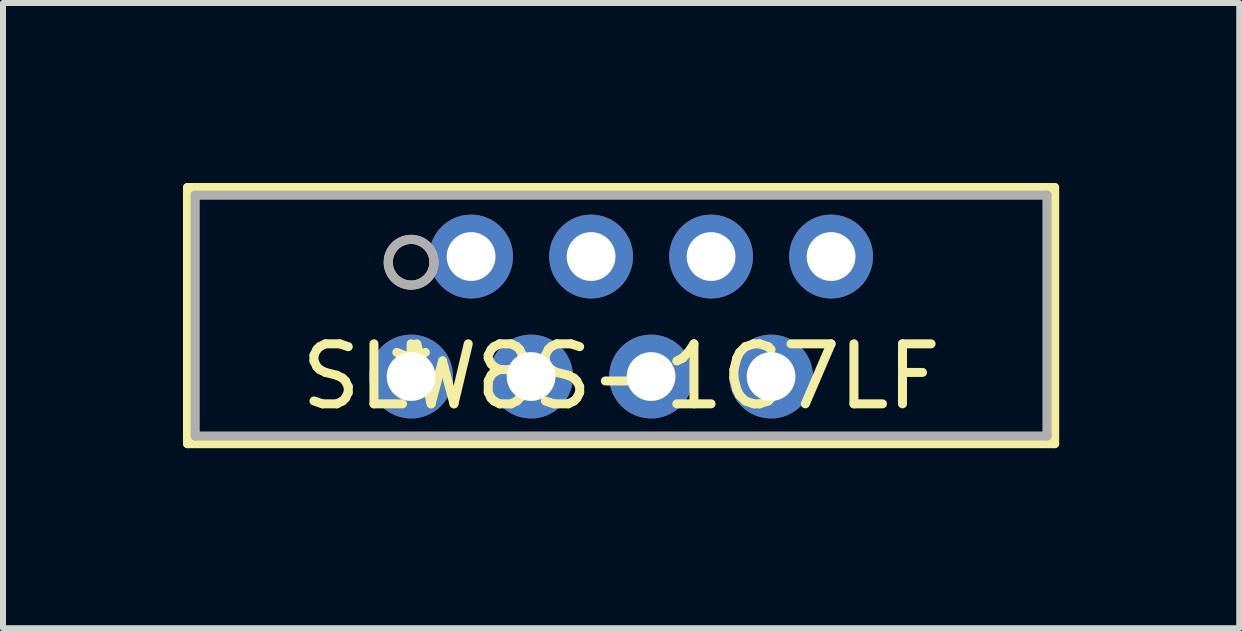
<source format=kicad_pcb>
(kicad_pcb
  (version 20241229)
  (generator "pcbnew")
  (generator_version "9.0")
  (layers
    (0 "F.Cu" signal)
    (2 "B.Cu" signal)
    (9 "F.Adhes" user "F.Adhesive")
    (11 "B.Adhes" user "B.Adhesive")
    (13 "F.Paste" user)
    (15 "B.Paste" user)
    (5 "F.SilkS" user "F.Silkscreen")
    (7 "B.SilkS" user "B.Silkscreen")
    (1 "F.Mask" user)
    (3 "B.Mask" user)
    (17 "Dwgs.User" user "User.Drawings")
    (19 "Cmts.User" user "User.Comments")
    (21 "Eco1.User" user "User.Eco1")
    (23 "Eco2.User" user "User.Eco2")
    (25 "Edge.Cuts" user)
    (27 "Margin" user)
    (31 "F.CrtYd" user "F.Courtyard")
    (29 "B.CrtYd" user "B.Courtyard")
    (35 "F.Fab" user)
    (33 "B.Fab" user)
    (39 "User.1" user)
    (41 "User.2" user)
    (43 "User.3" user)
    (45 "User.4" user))
  (footprint "SLW8S-1C7LF"
    (layer "F.Cu")
    (at 3.802 3.226)
    (property "Reference" "SLW8S-1C7LF" (at 3.5 0 0) (layer "F.SilkS") (effects (font (size 1 1) (thickness 0.15))))
    (attr through_hole)
    (fp_line (start -3.726 -3.15) (end -3.726 1.118) (stroke (width 0.152) (type solid)) (layer "F.SilkS"))
    (fp_line (start -3.726 1.118) (end 10.726 1.118) (stroke (width 0.152) (type solid)) (layer "F.SilkS"))
    (fp_line (start 10.726 -3.15) (end -3.726 -3.15) (stroke (width 0.152) (type solid)) (layer "F.SilkS"))
    (fp_line (start 10.726 1.118) (end 10.726 -3.15) (stroke (width 0.152) (type solid)) (layer "F.SilkS"))
    (fp_circle (center 0 -1.905) (end 0.381 -1.905) (stroke (width 0.152) (type solid)) (fill no) (layer "B.SilkS"))
    (fp_line (start -3.599 -3.023) (end -3.599 0.991) (stroke (width 0.152) (type solid)) (layer "F.Fab"))
    (fp_line (start -3.599 0.991) (end 10.599 0.991) (stroke (width 0.152) (type solid)) (layer "F.Fab"))
    (fp_line (start 10.599 -3.023) (end -3.599 -3.023) (stroke (width 0.152) (type solid)) (layer "F.Fab"))
    (fp_line (start 10.599 0.991) (end 10.599 -3.023) (stroke (width 0.152) (type solid)) (layer "F.Fab"))
    (fp_circle (center 0 -1.905) (end 0.381 -1.905) (stroke (width 0.152) (type solid)) (fill no) (layer "F.Fab"))
    (fp_text user "*" (at 0 0 0) (layer "F.SilkS") (effects (font (size 1 1) (thickness 0.15))))
    (pad "1" thru_hole circle (at 0 0) (size 1.397 1.397) (drill 0.813) (layers "*.Cu" "*.Mask"))
    (pad "2" thru_hole circle (at 1 -2) (size 1.397 1.397) (drill 0.813) (layers "*.Cu" "*.Mask"))
    (pad "3" thru_hole circle (at 2 0) (size 1.397 1.397) (drill 0.813) (layers "*.Cu" "*.Mask"))
    (pad "4" thru_hole circle (at 3 -2) (size 1.397 1.397) (drill 0.813) (layers "*.Cu" "*.Mask"))
    (pad "5" thru_hole circle (at 4 0) (size 1.397 1.397) (drill 0.813) (layers "*.Cu" "*.Mask"))
    (pad "6" thru_hole circle (at 5 -2) (size 1.397 1.397) (drill 0.813) (layers "*.Cu" "*.Mask"))
    (pad "7" thru_hole circle (at 6 0) (size 1.397 1.397) (drill 0.813) (layers "*.Cu" "*.Mask"))
    (pad "8" thru_hole circle (at 7 -2) (size 1.397 1.397) (drill 0.813) (layers "*.Cu" "*.Mask")))
  (gr_rect
    (start -3 -3)
    (end 17.605 7.42)
    (stroke (width 0.1) (type default))
    (fill no)
    (layer "Edge.Cuts")))
</source>
